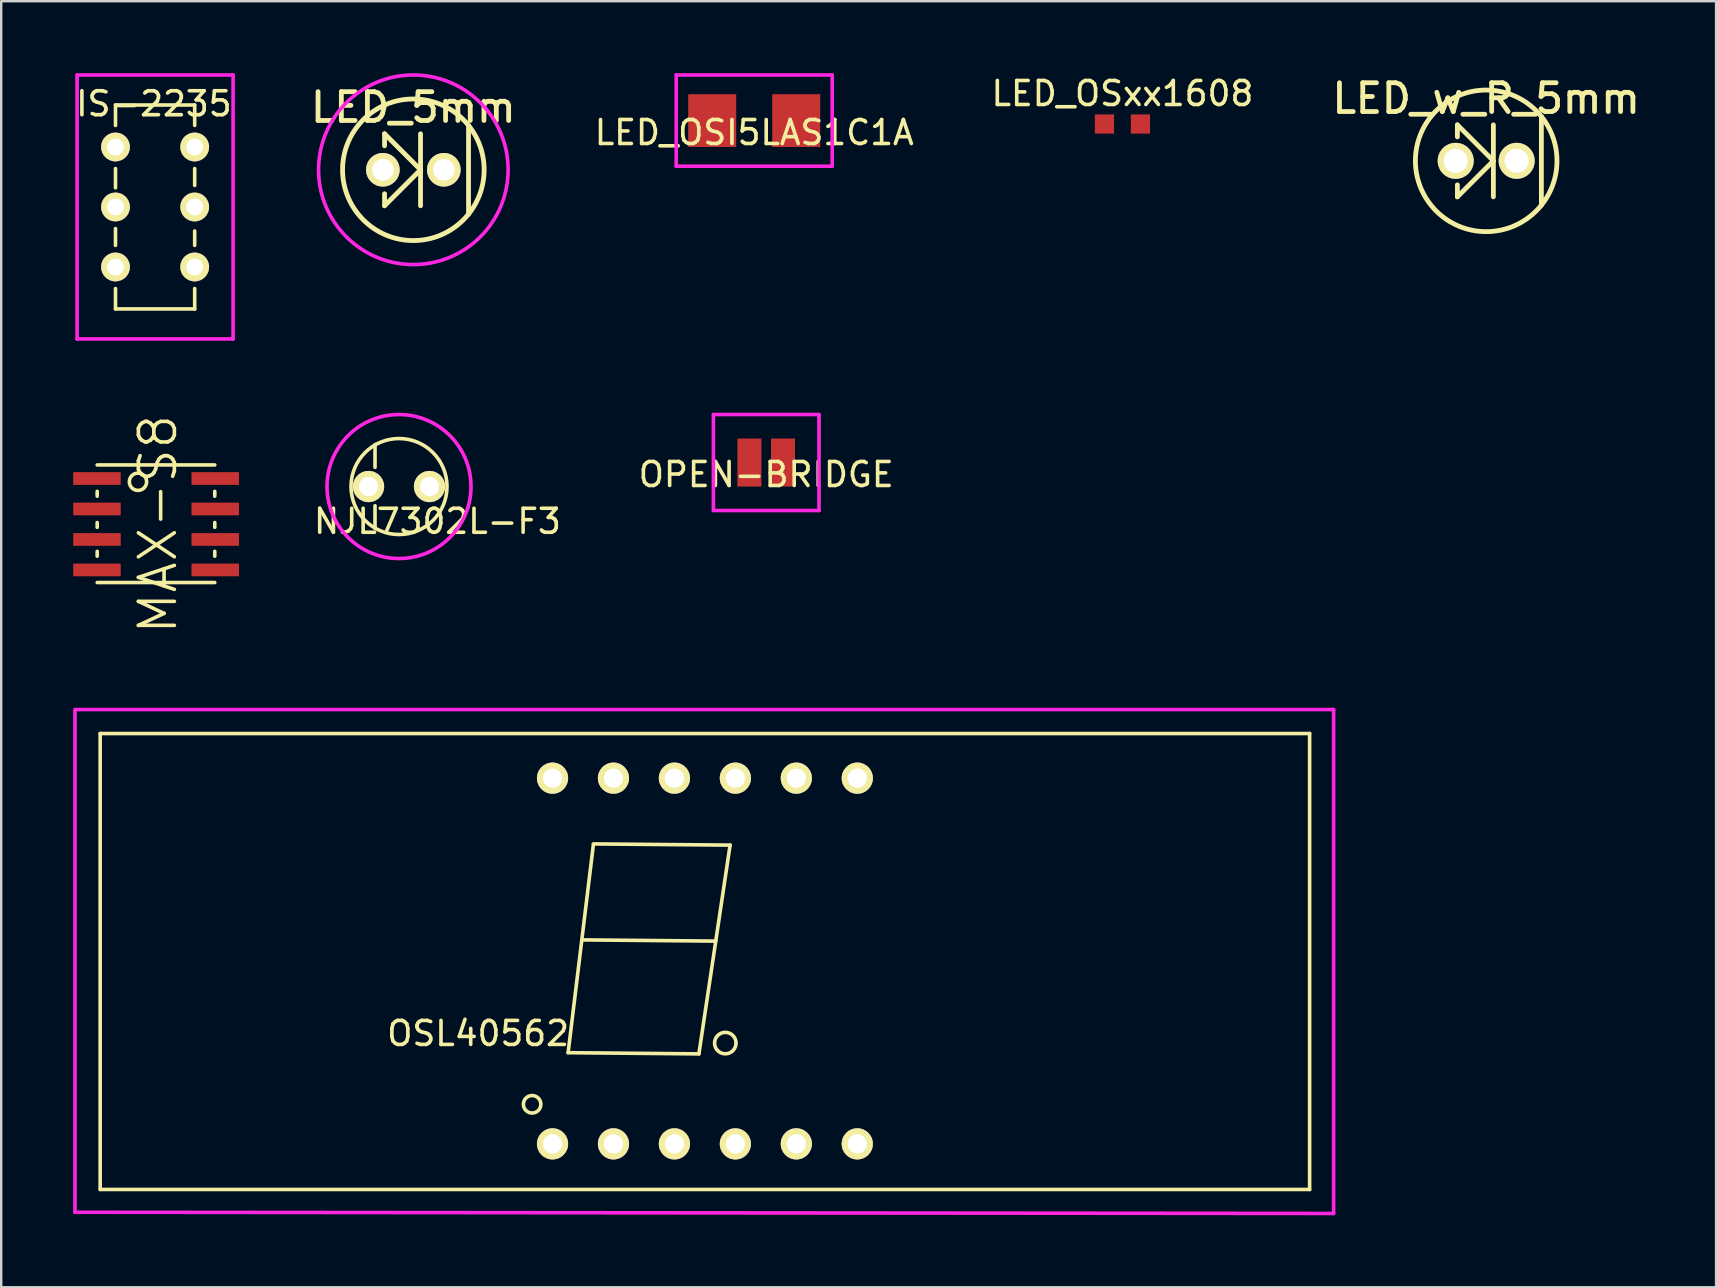
<source format=kicad_pcb>
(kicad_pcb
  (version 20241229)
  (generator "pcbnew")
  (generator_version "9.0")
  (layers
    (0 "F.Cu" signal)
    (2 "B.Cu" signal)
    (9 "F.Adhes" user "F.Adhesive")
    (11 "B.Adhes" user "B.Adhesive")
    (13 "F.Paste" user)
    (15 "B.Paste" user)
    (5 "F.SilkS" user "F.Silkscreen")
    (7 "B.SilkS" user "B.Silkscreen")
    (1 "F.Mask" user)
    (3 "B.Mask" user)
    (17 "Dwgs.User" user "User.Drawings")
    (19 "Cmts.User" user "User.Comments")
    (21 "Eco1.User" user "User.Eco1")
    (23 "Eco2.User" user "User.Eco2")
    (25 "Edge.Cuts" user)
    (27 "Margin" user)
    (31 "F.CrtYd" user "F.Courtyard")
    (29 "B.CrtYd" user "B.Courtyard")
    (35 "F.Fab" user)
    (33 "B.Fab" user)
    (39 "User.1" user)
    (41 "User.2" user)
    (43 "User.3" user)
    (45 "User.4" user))
  (footprint "LED_OSI5LAS1C1A"
    (layer "F.Cu")
    (at 28.38 1.975)
    (property "Reference" "LED_OSI5LAS1C1A" (at 0 0.5 0) (layer "F.SilkS") (effects (font (size 1 1) (thickness 0.15))))
    (attr through_hole)
    (fp_line (start -1.75 -1.4) (end 1.75 -1.4) (stroke (width 0.2) (type solid)) (layer "B.Paste"))
    (fp_line (start -0.45 0) (end 0.4 -0.85) (stroke (width 0.15) (type solid)) (layer "B.Paste"))
    (fp_line (start -0.45 0) (end 0.4 0.85) (stroke (width 0.15) (type solid)) (layer "B.Paste"))
    (fp_line (start 1.75 1.4) (end -1.75 1.4) (stroke (width 0.2) (type solid)) (layer "B.Paste"))
    (fp_line (start -3.25 -1.9) (end -3.25 1.9) (stroke (width 0.15) (type solid)) (layer "F.CrtYd"))
    (fp_line (start -3.25 1.9) (end 3.25 1.9) (stroke (width 0.15) (type solid)) (layer "F.CrtYd"))
    (fp_line (start 3.25 -1.9) (end -3.25 -1.9) (stroke (width 0.15) (type solid)) (layer "F.CrtYd"))
    (fp_line (start 3.25 1.9) (end 3.25 -1.9) (stroke (width 0.15) (type solid)) (layer "F.CrtYd"))
    (pad "1" smd rect (at -1.75 0) (size 2 2.2) (layers "F.Cu" "F.Mask" "F.Paste"))
    (pad "2" smd rect (at 1.75 0) (size 2 2.2) (layers "F.Cu" "F.Mask" "F.Paste")))
  (footprint "IS-2235"
    (layer "F.Cu")
    (at 1.763 3.075)
    (property "Reference" "IS-2235" (at 1.6 -1.8 180) (layer "F.SilkS") (effects (font (size 1 1) (thickness 0.15))))
    (attr through_hole)
    (fp_line (start 0 -1.75) (end 3.3 -1.75) (stroke (width 0.15) (type solid)) (layer "F.SilkS"))
    (fp_line (start 0 -0.9) (end 0 -1.75) (stroke (width 0.15) (type solid)) (layer "F.SilkS"))
    (fp_line (start 0 0.9) (end 0 1.7) (stroke (width 0.15) (type solid)) (layer "F.SilkS"))
    (fp_line (start 0 3.4) (end 0 4.1) (stroke (width 0.15) (type solid)) (layer "F.SilkS"))
    (fp_line (start 0 6.75) (end 0 5.9) (stroke (width 0.15) (type solid)) (layer "F.SilkS"))
    (fp_line (start 3.3 -1.75) (end 3.3 -0.9) (stroke (width 0.15) (type solid)) (layer "F.SilkS"))
    (fp_line (start 3.3 0.9) (end 3.3 1.6) (stroke (width 0.15) (type solid)) (layer "F.SilkS"))
    (fp_line (start 3.3 3.5) (end 3.3 4.1) (stroke (width 0.15) (type solid)) (layer "F.SilkS"))
    (fp_line (start 3.3 5.9) (end 3.3 6.75) (stroke (width 0.15) (type solid)) (layer "F.SilkS"))
    (fp_line (start 3.3 6.75) (end 0 6.75) (stroke (width 0.15) (type solid)) (layer "F.SilkS"))
    (fp_line (start -1.6 -3) (end 4.9 -3) (stroke (width 0.15) (type solid)) (layer "F.CrtYd"))
    (fp_line (start -1.6 8) (end -1.6 -3) (stroke (width 0.15) (type solid)) (layer "F.CrtYd"))
    (fp_line (start 4.9 -3) (end 4.9 8) (stroke (width 0.15) (type solid)) (layer "F.CrtYd"))
    (fp_line (start 4.9 8) (end -1.6 8) (stroke (width 0.15) (type solid)) (layer "F.CrtYd"))
    (pad "1" thru_hole circle (at 0 0) (size 1.2 1.2) (drill 0.7) (layers "*.Cu" "*.Mask" "F.SilkS"))
    (pad "2" thru_hole circle (at 0 2.5) (size 1.2 1.2) (drill 0.7) (layers "*.Cu" "*.Mask" "F.SilkS"))
    (pad "3" thru_hole circle (at 0 5) (size 1.2 1.2) (drill 0.7) (layers "*.Cu" "*.Mask" "F.SilkS"))
    (pad "4" thru_hole circle (at 3.3 0) (size 1.2 1.2) (drill 0.7) (layers "*.Cu" "*.Mask" "F.SilkS"))
    (pad "5" thru_hole circle (at 3.3 2.5) (size 1.2 1.2) (drill 0.7) (layers "*.Cu" "*.Mask" "F.SilkS"))
    (pad "6" thru_hole circle (at 3.3 5) (size 1.2 1.2) (drill 0.7) (layers "*.Cu" "*.Mask" "F.SilkS")))
  (footprint "LED_OSxx1608"
    (layer "F.Cu")
    (at 43.725 2.118)
    (property "Reference" "LED_OSxx1608" (at 0 -1.27 0) (layer "F.SilkS") (effects (font (size 1 1) (thickness 0.15))))
    (attr through_hole)
    (pad "1" smd rect (at -0.75 0) (size 0.8 0.8) (layers "F.Cu" "F.Mask" "F.Paste"))
    (pad "2" smd rect (at 0.75 0) (size 0.8 0.8) (layers "F.Cu" "F.Mask" "F.Paste")))
  (footprint "LED_5mm"
    (layer "F.Cu")
    (at 14.175 4.025)
    (property "Reference" "LED_5mm" (at 0 -2.6 0) (layer "F.SilkS") (effects (font (size 1.2 1.2) (thickness 0.2))))
    (attr through_hole)
    (fp_line (start -1.2 -1.5) (end -1.2 -1) (stroke (width 0.2) (type solid)) (layer "F.SilkS"))
    (fp_line (start -1.2 1) (end -1.2 1.5) (stroke (width 0.2) (type solid)) (layer "F.SilkS"))
    (fp_line (start -1.2 1.5) (end 0.3 0) (stroke (width 0.2) (type solid)) (layer "F.SilkS"))
    (fp_line (start 0.3 -1.5) (end 0.3 1.5) (stroke (width 0.2) (type solid)) (layer "F.SilkS"))
    (fp_line (start 0.3 0) (end -1.2 -1.5) (stroke (width 0.2) (type solid)) (layer "F.SilkS"))
    (fp_line (start 2.3 -1.85) (end 2.3 1.85) (stroke (width 0.2) (type solid)) (layer "F.SilkS"))
    (fp_circle (center 0 0) (end 2.95 0) (stroke (width 0.2) (type solid)) (fill no) (layer "F.SilkS"))
    (fp_circle (center 0 0) (end 3.95 0) (stroke (width 0.15) (type solid)) (fill no) (layer "F.CrtYd"))
    (pad "1" thru_hole circle (at 1.27 0) (size 1.4 1.4) (drill 0.9) (layers "*.Cu" "*.Mask" "F.SilkS"))
    (pad "2" thru_hole circle (at -1.27 0) (size 1.4 1.4) (drill 0.9) (layers "*.Cu" "*.Mask" "F.SilkS")))
  (footprint "NJL7302L-F3"
    (layer "F.Cu")
    (at 13.578 17.225)
    (property "Reference" "NJL7302L-F3" (at 1.6 1.45 0) (layer "F.SilkS") (effects (font (size 1 1) (thickness 0.15))))
    (attr through_hole)
    (fp_line (start -1 -1.75) (end -1 -0.8) (stroke (width 0.15) (type solid)) (layer "F.SilkS"))
    (fp_line (start -1 0.8) (end -1 1.75) (stroke (width 0.15) (type solid)) (layer "F.SilkS"))
    (fp_circle (center 0 0) (end 2 0) (stroke (width 0.15) (type solid)) (fill no) (layer "F.SilkS"))
    (fp_circle (center 0 0) (end 3 0) (stroke (width 0.15) (type solid)) (fill no) (layer "F.CrtYd"))
    (pad "1" thru_hole circle (at 1.27 0) (size 1.3 1.3) (drill 0.8) (layers "*.Cu" "*.Mask" "F.SilkS"))
    (pad "2" thru_hole circle (at -1.27 0) (size 1.3 1.3) (drill 0.8) (layers "*.Cu" "*.Mask" "F.SilkS")))
  (footprint "MAX-S8"
    (layer "F.Cu")
    (at 3.4 19.026)
    (property "Reference" "MAX-S8" (at 0.13 -0.23 90) (layer "F.SilkS") (effects (font (size 1.5 1.5) (thickness 0.15))))
    (attr through_hole)
    (fp_line (start -2.4 -1.6) (end -2.4 -1.4) (stroke (width 0.15) (type solid)) (layer "F.SilkS"))
    (fp_line (start -2.4 -0.3) (end -2.4 -0.1) (stroke (width 0.15) (type solid)) (layer "F.SilkS"))
    (fp_line (start -2.4 0.9) (end -2.4 1.1) (stroke (width 0.15) (type solid)) (layer "F.SilkS"))
    (fp_line (start -2.4 2.2) (end 2.5 2.2) (stroke (width 0.15) (type solid)) (layer "F.SilkS"))
    (fp_line (start 2.5 -2.7) (end -2.4 -2.7) (stroke (width 0.15) (type solid)) (layer "F.SilkS"))
    (fp_line (start 2.5 -1.6) (end 2.5 -1.4) (stroke (width 0.15) (type solid)) (layer "F.SilkS"))
    (fp_line (start 2.5 -0.3) (end 2.5 -0.1) (stroke (width 0.15) (type solid)) (layer "F.SilkS"))
    (fp_line (start 2.5 0.9) (end 2.5 1.1) (stroke (width 0.15) (type solid)) (layer "F.SilkS"))
    (fp_circle (center -0.7 -2) (end -0.9 -2.3) (stroke (width 0.15) (type solid)) (fill no) (layer "F.SilkS"))
    (pad "1" smd rect (at -2.41 -2.135) (size 1.98 0.53) (layers "F.Cu" "F.Mask" "F.Paste"))
    (pad "2" smd rect (at -2.41 -0.865) (size 1.98 0.53) (layers "F.Cu" "F.Mask" "F.Paste"))
    (pad "3" smd rect (at -2.41 0.405) (size 1.98 0.53) (layers "F.Cu" "F.Mask" "F.Paste"))
    (pad "4" smd rect (at -2.41 1.675) (size 1.98 0.53) (layers "F.Cu" "F.Mask" "F.Paste"))
    (pad "5" smd rect (at 2.52 1.675) (size 1.98 0.53) (layers "F.Cu" "F.Mask" "F.Paste"))
    (pad "6" smd rect (at 2.52 0.405) (size 1.98 0.53) (layers "F.Cu" "F.Mask" "F.Paste"))
    (pad "7" smd rect (at 2.52 -0.865) (size 1.98 0.53) (layers "F.Cu" "F.Mask" "F.Paste"))
    (pad "8" smd rect (at 2.52 -2.135) (size 1.98 0.53) (layers "F.Cu" "F.Mask" "F.Paste")))
  (footprint "OPEN-BRIDGE"
    (layer "F.Cu")
    (at 28.88 16.225)
    (property "Reference" "OPEN-BRIDGE" (at 0 0.5 0) (layer "F.SilkS") (effects (font (size 1 1) (thickness 0.15))))
    (attr through_hole)
    (fp_line (start -2.2 -2) (end 2.2 -2) (stroke (width 0.15) (type solid)) (layer "F.CrtYd"))
    (fp_line (start -2.2 2) (end -2.2 -2) (stroke (width 0.15) (type solid)) (layer "F.CrtYd"))
    (fp_line (start 2.2 -2) (end 2.2 2) (stroke (width 0.15) (type solid)) (layer "F.CrtYd"))
    (fp_line (start 2.2 2) (end -2.2 2) (stroke (width 0.15) (type solid)) (layer "F.CrtYd"))
    (pad "1" smd rect (at -0.7 0) (size 1 2) (layers "F.Cu" "F.Mask" "F.Paste"))
    (pad "2" smd rect (at 0.7 0) (size 1 2) (layers "F.Cu" "F.Mask" "F.Paste")))
  (footprint "LED_w_R_5mm"
    (layer "F.Cu")
    (at 58.883 3.653)
    (property "Reference" "LED_w_R_5mm" (at 0 -2.6 0) (layer "F.SilkS") (effects (font (size 1.2 1.2) (thickness 0.2))))
    (attr through_hole)
    (fp_line (start -1.2 -1.5) (end -1.2 -1) (stroke (width 0.2) (type solid)) (layer "F.SilkS"))
    (fp_line (start -1.2 1) (end -1.2 1.5) (stroke (width 0.2) (type solid)) (layer "F.SilkS"))
    (fp_line (start -1.2 1.5) (end 0.3 0) (stroke (width 0.2) (type solid)) (layer "F.SilkS"))
    (fp_line (start 0.3 -1.5) (end 0.3 1.5) (stroke (width 0.2) (type solid)) (layer "F.SilkS"))
    (fp_line (start 0.3 0) (end -1.2 -1.5) (stroke (width 0.2) (type solid)) (layer "F.SilkS"))
    (fp_line (start 2.3 -1.85) (end 2.3 1.85) (stroke (width 0.2) (type solid)) (layer "F.SilkS"))
    (fp_circle (center 0 0) (end 2.95 0) (stroke (width 0.2) (type solid)) (fill no) (layer "F.SilkS"))
    (pad "1" thru_hole circle (at -1.27 0) (size 1.5 1.5) (drill 1) (layers "*.Cu" "*.Mask" "F.SilkS"))
    (pad "2" thru_hole circle (at 1.27 0) (size 1.5 1.5) (drill 1) (layers "*.Cu" "*.Mask" "F.SilkS")))
  (footprint "OSL40562"
    (layer "F.Cu")
    (at 19.975 44.618)
    (property "Reference" "OSL40562" (at -3.1 -4.6 0) (layer "F.SilkS") (effects (font (size 1 1) (thickness 0.15))))
    (attr through_hole)
    (fp_line (start -18.85 1.9) (end -18.85 -17.1) (stroke (width 0.15) (type solid)) (layer "F.SilkS"))
    (fp_line (start -18.85 1.9) (end 31.55 1.9) (stroke (width 0.15) (type solid)) (layer "F.SilkS"))
    (fp_line (start 0.65 -3.8) (end 6.1 -3.75) (stroke (width 0.15) (type solid)) (layer "F.SilkS"))
    (fp_line (start 1.3 -8.5) (end 6.8 -8.45) (stroke (width 0.15) (type solid)) (layer "F.SilkS"))
    (fp_line (start 1.7 -12.45) (end 0.65 -3.8) (stroke (width 0.15) (type solid)) (layer "F.SilkS"))
    (fp_line (start 6.1 -3.75) (end 7.4 -12.45) (stroke (width 0.15) (type solid)) (layer "F.SilkS"))
    (fp_line (start 7.4 -12.45) (end 1.7 -12.5) (stroke (width 0.15) (type solid)) (layer "F.SilkS"))
    (fp_line (start 31.55 -17.1) (end -18.85 -17.1) (stroke (width 0.15) (type solid)) (layer "F.SilkS"))
    (fp_line (start 31.55 -17.1) (end 31.55 1.9) (stroke (width 0.15) (type solid)) (layer "F.SilkS"))
    (fp_circle (center -0.85 -1.65) (end -0.5 -1.55) (stroke (width 0.15) (type solid)) (fill no) (layer "F.SilkS"))
    (fp_circle (center 7.2 -4.2) (end 7.6 -4) (stroke (width 0.15) (type solid)) (fill no) (layer "F.SilkS"))
    (fp_line (start -19.9 2.85) (end -19.9 -18.1) (stroke (width 0.15) (type solid)) (layer "F.CrtYd"))
    (fp_line (start -19.85 -18.1) (end 32.55 -18.1) (stroke (width 0.15) (type solid)) (layer "F.CrtYd"))
    (fp_line (start 32.55 -18.1) (end 32.55 2.9) (stroke (width 0.15) (type solid)) (layer "F.CrtYd"))
    (fp_line (start 32.55 2.9) (end -19.9 2.85) (stroke (width 0.15) (type solid)) (layer "F.CrtYd"))
    (pad "1" thru_hole circle (at 0 0) (size 1.3 1.3) (drill 0.8) (layers "*.Cu" "*.Mask" "F.SilkS"))
    (pad "2" thru_hole circle (at 2.54 0) (size 1.3 1.3) (drill 0.8) (layers "*.Cu" "*.Mask" "F.SilkS"))
    (pad "3" thru_hole circle (at 5.08 0) (size 1.3 1.3) (drill 0.8) (layers "*.Cu" "*.Mask" "F.SilkS"))
    (pad "4" thru_hole circle (at 7.62 0) (size 1.3 1.3) (drill 0.8) (layers "*.Cu" "*.Mask" "F.SilkS"))
    (pad "5" thru_hole circle (at 10.16 0) (size 1.3 1.3) (drill 0.8) (layers "*.Cu" "*.Mask" "F.SilkS"))
    (pad "6" thru_hole circle (at 12.7 0) (size 1.3 1.3) (drill 0.8) (layers "*.Cu" "*.Mask" "F.SilkS"))
    (pad "7" thru_hole circle (at 12.7 -15.24) (size 1.3 1.3) (drill 0.8) (layers "*.Cu" "*.Mask" "F.SilkS"))
    (pad "8" thru_hole circle (at 10.16 -15.24) (size 1.3 1.3) (drill 0.8) (layers "*.Cu" "*.Mask" "F.SilkS"))
    (pad "9" thru_hole circle (at 7.62 -15.24) (size 1.3 1.3) (drill 0.8) (layers "*.Cu" "*.Mask" "F.SilkS"))
    (pad "10" thru_hole circle (at 5.08 -15.24) (size 1.3 1.3) (drill 0.8) (layers "*.Cu" "*.Mask" "F.SilkS"))
    (pad "11" thru_hole circle (at 2.54 -15.24) (size 1.3 1.3) (drill 0.8) (layers "*.Cu" "*.Mask" "F.SilkS"))
    (pad "12" thru_hole circle (at 0 -15.24) (size 1.3 1.3) (drill 0.8) (layers "*.Cu" "*.Mask" "F.SilkS")))
  (gr_rect
    (start -3 -3)
    (end 68.463 50.593)
    (stroke (width 0.1) (type default))
    (fill no)
    (layer "Edge.Cuts")))
</source>
